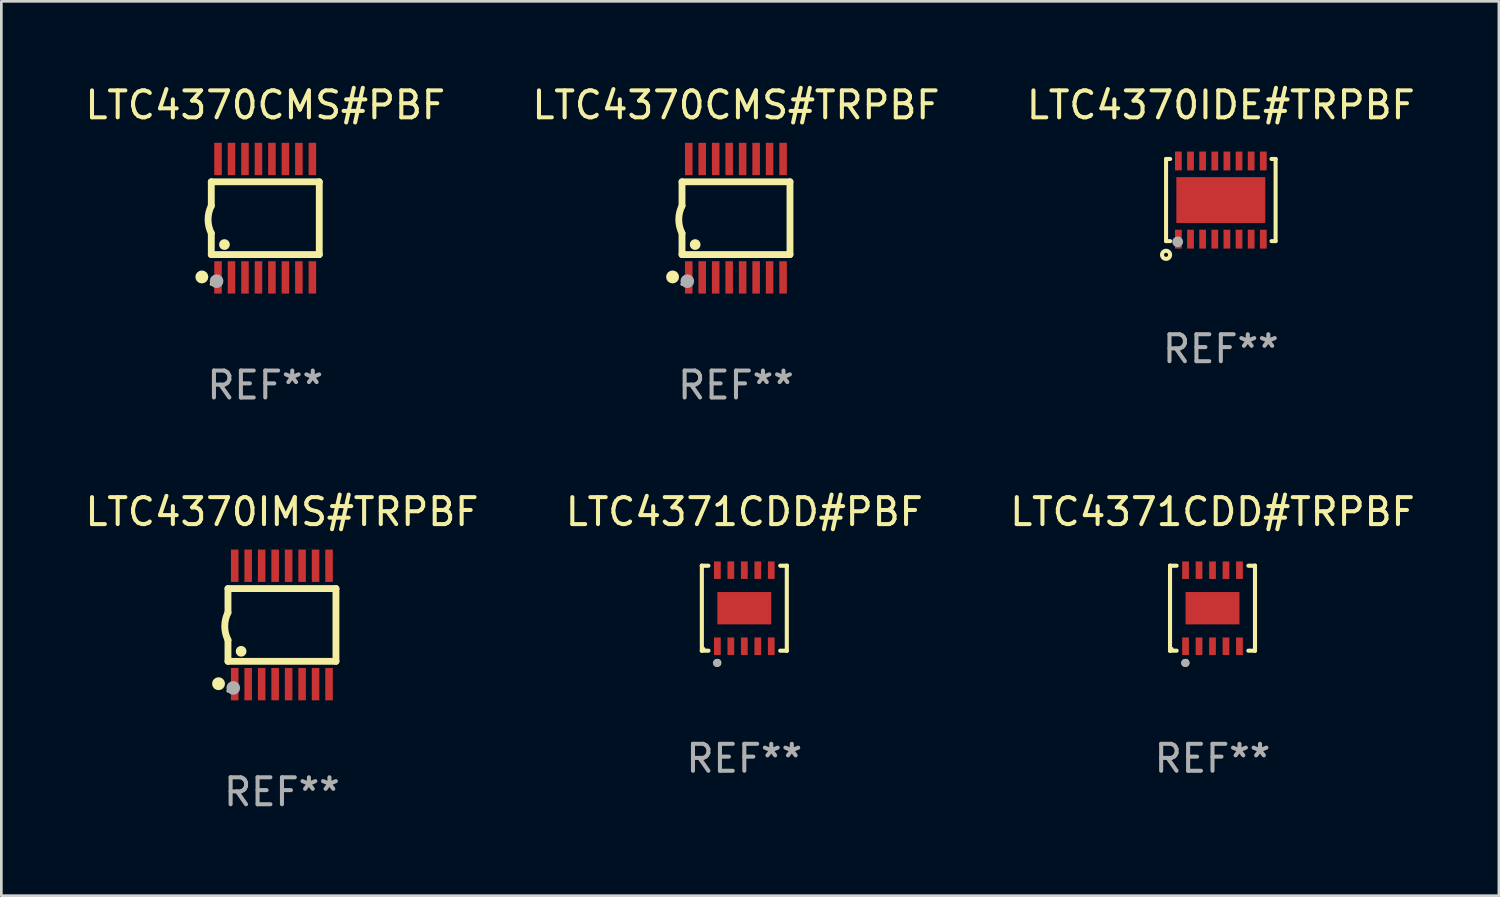
<source format=kicad_pcb>
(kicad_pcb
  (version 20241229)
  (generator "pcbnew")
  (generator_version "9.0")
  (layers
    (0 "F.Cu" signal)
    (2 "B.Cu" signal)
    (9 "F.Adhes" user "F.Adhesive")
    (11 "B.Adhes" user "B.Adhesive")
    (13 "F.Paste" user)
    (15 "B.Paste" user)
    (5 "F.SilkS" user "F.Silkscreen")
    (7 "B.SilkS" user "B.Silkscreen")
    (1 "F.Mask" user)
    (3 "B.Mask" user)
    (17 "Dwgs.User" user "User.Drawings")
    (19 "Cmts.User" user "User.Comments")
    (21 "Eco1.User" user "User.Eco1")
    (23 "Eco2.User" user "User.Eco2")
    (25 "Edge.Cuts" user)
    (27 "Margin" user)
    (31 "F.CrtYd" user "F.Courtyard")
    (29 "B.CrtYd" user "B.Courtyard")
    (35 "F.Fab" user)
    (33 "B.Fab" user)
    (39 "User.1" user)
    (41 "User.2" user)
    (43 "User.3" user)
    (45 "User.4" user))
  (footprint "LTC4371CDD#PBF"
    (layer "F.Cu")
    (at 24.565 19.515)
    (property "Reference" "LTC4371CDD#PBF" (at 0 -3.576 0) (layer "F.SilkS") (effects (font (size 1 1) (thickness 0.15))))
    (attr through_hole)
    (fp_line (start -1.576 -1.576) (end -1.576 -1.576) (stroke (width 0.152) (type solid)) (layer "F.SilkS"))
    (fp_line (start -1.576 -1.576) (end -1.331 -1.576) (stroke (width 0.152) (type solid)) (layer "F.SilkS"))
    (fp_line (start -1.576 1.576) (end -1.576 -1.576) (stroke (width 0.152) (type solid)) (layer "F.SilkS"))
    (fp_line (start -1.576 1.576) (end -1.576 1.576) (stroke (width 0.152) (type solid)) (layer "F.SilkS"))
    (fp_line (start -1.331 1.576) (end -1.576 1.576) (stroke (width 0.152) (type solid)) (layer "F.SilkS"))
    (fp_line (start 1.331 1.576) (end 1.576 1.576) (stroke (width 0.152) (type solid)) (layer "F.SilkS"))
    (fp_line (start 1.576 -1.576) (end 1.331 -1.576) (stroke (width 0.152) (type solid)) (layer "F.SilkS"))
    (fp_line (start 1.576 -1.576) (end 1.576 -1.576) (stroke (width 0.152) (type solid)) (layer "F.SilkS"))
    (fp_line (start 1.576 1.576) (end 1.576 -1.576) (stroke (width 0.152) (type solid)) (layer "F.SilkS"))
    (fp_line (start 1.576 1.576) (end 1.576 1.576) (stroke (width 0.152) (type solid)) (layer "F.SilkS"))
    (fp_circle (center -1.5 1.5) (end -1.47 1.5) (stroke (width 0.06) (type solid)) (fill no) (layer "F.SilkS"))
    (fp_circle (center -1 2.028) (end -0.925 2.028) (stroke (width 0.15) (type solid)) (fill no) (layer "F.SilkS"))
    (fp_circle (center -1.016 2.032) (end -0.941 2.032) (stroke (width 0.15) (type solid)) (fill no) (layer "F.Fab"))
    (fp_text user "REF**" (at 0 5.576 0) (layer "F.Fab") (effects (font (size 1 1) (thickness 0.15))))
    (pad "1" smd rect (at -1 1.411) (size 0.25 0.65) (layers "F.Cu" "F.Mask" "F.Paste"))
    (pad "2" smd rect (at -0.5 1.411) (size 0.25 0.65) (layers "F.Cu" "F.Mask" "F.Paste"))
    (pad "3" smd rect (at 0 1.411) (size 0.25 0.65) (layers "F.Cu" "F.Mask" "F.Paste"))
    (pad "4" smd rect (at 0.5 1.411) (size 0.25 0.65) (layers "F.Cu" "F.Mask" "F.Paste"))
    (pad "5" smd rect (at 1 1.411) (size 0.25 0.65) (layers "F.Cu" "F.Mask" "F.Paste"))
    (pad "6" smd rect (at 1 -1.411) (size 0.25 0.65) (layers "F.Cu" "F.Mask" "F.Paste"))
    (pad "7" smd rect (at 0.5 -1.411) (size 0.25 0.65) (layers "F.Cu" "F.Mask" "F.Paste"))
    (pad "8" smd rect (at 0 -1.411) (size 0.25 0.65) (layers "F.Cu" "F.Mask" "F.Paste"))
    (pad "9" smd rect (at -0.5 -1.411) (size 0.25 0.65) (layers "F.Cu" "F.Mask" "F.Paste"))
    (pad "10" smd rect (at -1 -1.411) (size 0.25 0.65) (layers "F.Cu" "F.Mask" "F.Paste"))
    (pad "11" smd rect (at 0 0) (size 2 1.2) (layers "F.Cu" "F.Mask" "F.Paste")))
  (footprint "LTC4370IMS#TRPBF"
    (layer "F.Cu")
    (at 7.411 20.136)
    (property "Reference" "LTC4370IMS#TRPBF" (at 0 -4.197 0) (layer "F.SilkS") (effects (font (size 1 1) (thickness 0.15))))
    (attr through_hole)
    (fp_line (start -2.003 -1.35) (end -2.003 -0.457) (stroke (width 0.254) (type solid)) (layer "F.SilkS"))
    (fp_line (start -2.003 -1.35) (end 2.003 -1.35) (stroke (width 0.254) (type solid)) (layer "F.SilkS"))
    (fp_line (start -2.003 1.35) (end -2.003 0.559) (stroke (width 0.254) (type solid)) (layer "F.SilkS"))
    (fp_line (start -2.003 1.35) (end 2.003 1.35) (stroke (width 0.254) (type solid)) (layer "F.SilkS"))
    (fp_line (start 2.003 -1.35) (end 2.003 1.35) (stroke (width 0.254) (type solid)) (layer "F.SilkS"))
    (fp_arc (start -2.002286 0.558802) (mid -2.122556 0.05092) (end -2.003302 -0.457201) (stroke (width 0.254001) (type solid)) (layer "F.SilkS"))
    (fp_circle (center -2.353 2.18) (end -2.233 2.18) (stroke (width 0.24) (type solid)) (fill no) (layer "F.SilkS"))
    (fp_circle (center -2.003 2.45) (end -1.973 2.45) (stroke (width 0.06) (type solid)) (fill no) (layer "F.SilkS"))
    (fp_circle (center -1.515 0.978) (end -1.415 0.978) (stroke (width 0.2) (type solid)) (fill no) (layer "F.SilkS"))
    (fp_circle (center -1.807 2.337) (end -1.68 2.337) (stroke (width 0.254) (type solid)) (fill no) (layer "F.Fab"))
    (fp_text user "REF**" (at 0 6.197 0) (layer "F.Fab") (effects (font (size 1 1) (thickness 0.15))))
    (pad "1" smd rect (at -1.753 2.197 90) (size 1.2 0.28) (layers "F.Cu" "F.Mask" "F.Paste"))
    (pad "2" smd rect (at -1.253 2.197 90) (size 1.2 0.28) (layers "F.Cu" "F.Mask" "F.Paste"))
    (pad "3" smd rect (at -0.753 2.197 90) (size 1.2 0.28) (layers "F.Cu" "F.Mask" "F.Paste"))
    (pad "4" smd rect (at -0.253 2.197 90) (size 1.2 0.28) (layers "F.Cu" "F.Mask" "F.Paste"))
    (pad "5" smd rect (at 0.247 2.197 90) (size 1.2 0.28) (layers "F.Cu" "F.Mask" "F.Paste"))
    (pad "6" smd rect (at 0.747 2.197 90) (size 1.2 0.28) (layers "F.Cu" "F.Mask" "F.Paste"))
    (pad "7" smd rect (at 1.247 2.197 90) (size 1.2 0.28) (layers "F.Cu" "F.Mask" "F.Paste"))
    (pad "8" smd rect (at 1.747 2.197 90) (size 1.2 0.28) (layers "F.Cu" "F.Mask" "F.Paste"))
    (pad "9" smd rect (at 1.747 -2.197 90) (size 1.2 0.28) (layers "F.Cu" "F.Mask" "F.Paste"))
    (pad "10" smd rect (at 1.247 -2.197 90) (size 1.2 0.28) (layers "F.Cu" "F.Mask" "F.Paste"))
    (pad "11" smd rect (at 0.747 -2.197 90) (size 1.2 0.28) (layers "F.Cu" "F.Mask" "F.Paste"))
    (pad "12" smd rect (at 0.247 -2.197 90) (size 1.2 0.28) (layers "F.Cu" "F.Mask" "F.Paste"))
    (pad "13" smd rect (at -0.253 -2.197 90) (size 1.2 0.28) (layers "F.Cu" "F.Mask" "F.Paste"))
    (pad "14" smd rect (at -0.753 -2.197 90) (size 1.2 0.28) (layers "F.Cu" "F.Mask" "F.Paste"))
    (pad "15" smd rect (at -1.253 -2.197 90) (size 1.2 0.28) (layers "F.Cu" "F.Mask" "F.Paste"))
    (pad "16" smd rect (at -1.753 -2.197 90) (size 1.2 0.28) (layers "F.Cu" "F.Mask" "F.Paste")))
  (footprint "LTC4370CMS#TRPBF"
    (layer "F.Cu")
    (at 24.256 5.045)
    (property "Reference" "LTC4370CMS#TRPBF" (at 0 -4.197 0) (layer "F.SilkS") (effects (font (size 1 1) (thickness 0.15))))
    (attr through_hole)
    (fp_line (start -2.003 -1.35) (end -2.003 -0.457) (stroke (width 0.254) (type solid)) (layer "F.SilkS"))
    (fp_line (start -2.003 -1.35) (end 2.003 -1.35) (stroke (width 0.254) (type solid)) (layer "F.SilkS"))
    (fp_line (start -2.003 1.35) (end -2.003 0.559) (stroke (width 0.254) (type solid)) (layer "F.SilkS"))
    (fp_line (start -2.003 1.35) (end 2.003 1.35) (stroke (width 0.254) (type solid)) (layer "F.SilkS"))
    (fp_line (start 2.003 -1.35) (end 2.003 1.35) (stroke (width 0.254) (type solid)) (layer "F.SilkS"))
    (fp_arc (start -2.002286 0.558802) (mid -2.122556 0.05092) (end -2.003302 -0.457201) (stroke (width 0.254001) (type solid)) (layer "F.SilkS"))
    (fp_circle (center -2.353 2.18) (end -2.233 2.18) (stroke (width 0.24) (type solid)) (fill no) (layer "F.SilkS"))
    (fp_circle (center -2.003 2.45) (end -1.973 2.45) (stroke (width 0.06) (type solid)) (fill no) (layer "F.SilkS"))
    (fp_circle (center -1.515 0.978) (end -1.415 0.978) (stroke (width 0.2) (type solid)) (fill no) (layer "F.SilkS"))
    (fp_circle (center -1.807 2.337) (end -1.68 2.337) (stroke (width 0.254) (type solid)) (fill no) (layer "F.Fab"))
    (fp_text user "REF**" (at 0 6.197 0) (layer "F.Fab") (effects (font (size 1 1) (thickness 0.15))))
    (pad "1" smd rect (at -1.753 2.197 90) (size 1.2 0.28) (layers "F.Cu" "F.Mask" "F.Paste"))
    (pad "2" smd rect (at -1.253 2.197 90) (size 1.2 0.28) (layers "F.Cu" "F.Mask" "F.Paste"))
    (pad "3" smd rect (at -0.753 2.197 90) (size 1.2 0.28) (layers "F.Cu" "F.Mask" "F.Paste"))
    (pad "4" smd rect (at -0.253 2.197 90) (size 1.2 0.28) (layers "F.Cu" "F.Mask" "F.Paste"))
    (pad "5" smd rect (at 0.247 2.197 90) (size 1.2 0.28) (layers "F.Cu" "F.Mask" "F.Paste"))
    (pad "6" smd rect (at 0.747 2.197 90) (size 1.2 0.28) (layers "F.Cu" "F.Mask" "F.Paste"))
    (pad "7" smd rect (at 1.247 2.197 90) (size 1.2 0.28) (layers "F.Cu" "F.Mask" "F.Paste"))
    (pad "8" smd rect (at 1.747 2.197 90) (size 1.2 0.28) (layers "F.Cu" "F.Mask" "F.Paste"))
    (pad "9" smd rect (at 1.747 -2.197 90) (size 1.2 0.28) (layers "F.Cu" "F.Mask" "F.Paste"))
    (pad "10" smd rect (at 1.247 -2.197 90) (size 1.2 0.28) (layers "F.Cu" "F.Mask" "F.Paste"))
    (pad "11" smd rect (at 0.747 -2.197 90) (size 1.2 0.28) (layers "F.Cu" "F.Mask" "F.Paste"))
    (pad "12" smd rect (at 0.247 -2.197 90) (size 1.2 0.28) (layers "F.Cu" "F.Mask" "F.Paste"))
    (pad "13" smd rect (at -0.253 -2.197 90) (size 1.2 0.28) (layers "F.Cu" "F.Mask" "F.Paste"))
    (pad "14" smd rect (at -0.753 -2.197 90) (size 1.2 0.28) (layers "F.Cu" "F.Mask" "F.Paste"))
    (pad "15" smd rect (at -1.253 -2.197 90) (size 1.2 0.28) (layers "F.Cu" "F.Mask" "F.Paste"))
    (pad "16" smd rect (at -1.753 -2.197 90) (size 1.2 0.28) (layers "F.Cu" "F.Mask" "F.Paste")))
  (footprint "LTC4370CMS#PBF"
    (layer "F.Cu")
    (at 6.792 5.045)
    (property "Reference" "LTC4370CMS#PBF" (at 0 -4.197 0) (layer "F.SilkS") (effects (font (size 1 1) (thickness 0.15))))
    (attr through_hole)
    (fp_line (start -2.003 -1.35) (end -2.003 -0.457) (stroke (width 0.254) (type solid)) (layer "F.SilkS"))
    (fp_line (start -2.003 -1.35) (end 2.003 -1.35) (stroke (width 0.254) (type solid)) (layer "F.SilkS"))
    (fp_line (start -2.003 1.35) (end -2.003 0.559) (stroke (width 0.254) (type solid)) (layer "F.SilkS"))
    (fp_line (start -2.003 1.35) (end 2.003 1.35) (stroke (width 0.254) (type solid)) (layer "F.SilkS"))
    (fp_line (start 2.003 -1.35) (end 2.003 1.35) (stroke (width 0.254) (type solid)) (layer "F.SilkS"))
    (fp_arc (start -2.002286 0.558802) (mid -2.122556 0.05092) (end -2.003302 -0.457201) (stroke (width 0.254001) (type solid)) (layer "F.SilkS"))
    (fp_circle (center -2.353 2.18) (end -2.233 2.18) (stroke (width 0.24) (type solid)) (fill no) (layer "F.SilkS"))
    (fp_circle (center -2.003 2.45) (end -1.973 2.45) (stroke (width 0.06) (type solid)) (fill no) (layer "F.SilkS"))
    (fp_circle (center -1.515 0.978) (end -1.415 0.978) (stroke (width 0.2) (type solid)) (fill no) (layer "F.SilkS"))
    (fp_circle (center -1.807 2.337) (end -1.68 2.337) (stroke (width 0.254) (type solid)) (fill no) (layer "F.Fab"))
    (fp_text user "REF**" (at 0 6.197 0) (layer "F.Fab") (effects (font (size 1 1) (thickness 0.15))))
    (pad "1" smd rect (at -1.753 2.197 90) (size 1.2 0.28) (layers "F.Cu" "F.Mask" "F.Paste"))
    (pad "2" smd rect (at -1.253 2.197 90) (size 1.2 0.28) (layers "F.Cu" "F.Mask" "F.Paste"))
    (pad "3" smd rect (at -0.753 2.197 90) (size 1.2 0.28) (layers "F.Cu" "F.Mask" "F.Paste"))
    (pad "4" smd rect (at -0.253 2.197 90) (size 1.2 0.28) (layers "F.Cu" "F.Mask" "F.Paste"))
    (pad "5" smd rect (at 0.247 2.197 90) (size 1.2 0.28) (layers "F.Cu" "F.Mask" "F.Paste"))
    (pad "6" smd rect (at 0.747 2.197 90) (size 1.2 0.28) (layers "F.Cu" "F.Mask" "F.Paste"))
    (pad "7" smd rect (at 1.247 2.197 90) (size 1.2 0.28) (layers "F.Cu" "F.Mask" "F.Paste"))
    (pad "8" smd rect (at 1.747 2.197 90) (size 1.2 0.28) (layers "F.Cu" "F.Mask" "F.Paste"))
    (pad "9" smd rect (at 1.747 -2.197 90) (size 1.2 0.28) (layers "F.Cu" "F.Mask" "F.Paste"))
    (pad "10" smd rect (at 1.247 -2.197 90) (size 1.2 0.28) (layers "F.Cu" "F.Mask" "F.Paste"))
    (pad "11" smd rect (at 0.747 -2.197 90) (size 1.2 0.28) (layers "F.Cu" "F.Mask" "F.Paste"))
    (pad "12" smd rect (at 0.247 -2.197 90) (size 1.2 0.28) (layers "F.Cu" "F.Mask" "F.Paste"))
    (pad "13" smd rect (at -0.253 -2.197 90) (size 1.2 0.28) (layers "F.Cu" "F.Mask" "F.Paste"))
    (pad "14" smd rect (at -0.753 -2.197 90) (size 1.2 0.28) (layers "F.Cu" "F.Mask" "F.Paste"))
    (pad "15" smd rect (at -1.253 -2.197 90) (size 1.2 0.28) (layers "F.Cu" "F.Mask" "F.Paste"))
    (pad "16" smd rect (at -1.753 -2.197 90) (size 1.2 0.28) (layers "F.Cu" "F.Mask" "F.Paste")))
  (footprint "LTC4371CDD#TRPBF"
    (layer "F.Cu")
    (at 41.935 19.515)
    (property "Reference" "LTC4371CDD#TRPBF" (at 0 -3.576 0) (layer "F.SilkS") (effects (font (size 1 1) (thickness 0.15))))
    (attr through_hole)
    (fp_line (start -1.576 -1.576) (end -1.576 -1.576) (stroke (width 0.152) (type solid)) (layer "F.SilkS"))
    (fp_line (start -1.576 -1.576) (end -1.331 -1.576) (stroke (width 0.152) (type solid)) (layer "F.SilkS"))
    (fp_line (start -1.576 1.576) (end -1.576 -1.576) (stroke (width 0.152) (type solid)) (layer "F.SilkS"))
    (fp_line (start -1.576 1.576) (end -1.576 1.576) (stroke (width 0.152) (type solid)) (layer "F.SilkS"))
    (fp_line (start -1.331 1.576) (end -1.576 1.576) (stroke (width 0.152) (type solid)) (layer "F.SilkS"))
    (fp_line (start 1.331 1.576) (end 1.576 1.576) (stroke (width 0.152) (type solid)) (layer "F.SilkS"))
    (fp_line (start 1.576 -1.576) (end 1.331 -1.576) (stroke (width 0.152) (type solid)) (layer "F.SilkS"))
    (fp_line (start 1.576 -1.576) (end 1.576 -1.576) (stroke (width 0.152) (type solid)) (layer "F.SilkS"))
    (fp_line (start 1.576 1.576) (end 1.576 -1.576) (stroke (width 0.152) (type solid)) (layer "F.SilkS"))
    (fp_line (start 1.576 1.576) (end 1.576 1.576) (stroke (width 0.152) (type solid)) (layer "F.SilkS"))
    (fp_circle (center -1.5 1.5) (end -1.47 1.5) (stroke (width 0.06) (type solid)) (fill no) (layer "F.SilkS"))
    (fp_circle (center -1 2.028) (end -0.925 2.028) (stroke (width 0.15) (type solid)) (fill no) (layer "F.SilkS"))
    (fp_circle (center -1.016 2.032) (end -0.941 2.032) (stroke (width 0.15) (type solid)) (fill no) (layer "F.Fab"))
    (fp_text user "REF**" (at 0 5.576 0) (layer "F.Fab") (effects (font (size 1 1) (thickness 0.15))))
    (pad "1" smd rect (at -1 1.411) (size 0.25 0.65) (layers "F.Cu" "F.Mask" "F.Paste"))
    (pad "2" smd rect (at -0.5 1.411) (size 0.25 0.65) (layers "F.Cu" "F.Mask" "F.Paste"))
    (pad "3" smd rect (at 0 1.411) (size 0.25 0.65) (layers "F.Cu" "F.Mask" "F.Paste"))
    (pad "4" smd rect (at 0.5 1.411) (size 0.25 0.65) (layers "F.Cu" "F.Mask" "F.Paste"))
    (pad "5" smd rect (at 1 1.411) (size 0.25 0.65) (layers "F.Cu" "F.Mask" "F.Paste"))
    (pad "6" smd rect (at 1 -1.411) (size 0.25 0.65) (layers "F.Cu" "F.Mask" "F.Paste"))
    (pad "7" smd rect (at 0.5 -1.411) (size 0.25 0.65) (layers "F.Cu" "F.Mask" "F.Paste"))
    (pad "8" smd rect (at 0 -1.411) (size 0.25 0.65) (layers "F.Cu" "F.Mask" "F.Paste"))
    (pad "9" smd rect (at -0.5 -1.411) (size 0.25 0.65) (layers "F.Cu" "F.Mask" "F.Paste"))
    (pad "10" smd rect (at -1 -1.411) (size 0.25 0.65) (layers "F.Cu" "F.Mask" "F.Paste"))
    (pad "11" smd rect (at 0 0) (size 2 1.2) (layers "F.Cu" "F.Mask" "F.Paste")))
  (footprint "LTC4370IDE#TRPBF"
    (layer "F.Cu")
    (at 42.244 4.372)
    (property "Reference" "LTC4370IDE#TRPBF" (at 0 -3.524 0) (layer "F.SilkS") (effects (font (size 1 1) (thickness 0.15))))
    (attr through_hole)
    (fp_line (start -2.032 -1.524) (end -1.879 -1.524) (stroke (width 0.15) (type solid)) (layer "F.SilkS"))
    (fp_line (start -2.032 0) (end -2.032 -1.524) (stroke (width 0.15) (type solid)) (layer "F.SilkS"))
    (fp_line (start -2.032 1.524) (end -2.032 0) (stroke (width 0.15) (type solid)) (layer "F.SilkS"))
    (fp_line (start -1.879 1.524) (end -2.032 1.524) (stroke (width 0.15) (type solid)) (layer "F.SilkS"))
    (fp_line (start 1.879 -1.524) (end 2.032 -1.524) (stroke (width 0.15) (type solid)) (layer "F.SilkS"))
    (fp_line (start 2.032 -1.524) (end 2.032 1.524) (stroke (width 0.15) (type solid)) (layer "F.SilkS"))
    (fp_line (start 2.032 1.524) (end 1.879 1.524) (stroke (width 0.15) (type solid)) (layer "F.SilkS"))
    (fp_circle (center -2.032 2.032) (end -1.882 2.032) (stroke (width 0.15) (type solid)) (fill no) (layer "F.SilkS"))
    (fp_circle (center -2 1.5) (end -1.97 1.5) (stroke (width 0.06) (type solid)) (fill no) (layer "F.SilkS"))
    (fp_circle (center -1.6 1.55) (end -1.5 1.55) (stroke (width 0.2) (type solid)) (fill no) (layer "F.Fab"))
    (fp_text user "REF**" (at 0 5.524 0) (layer "F.Fab") (effects (font (size 1 1) (thickness 0.15))))
    (pad "1" smd rect (at -1.575 1.45 90) (size 0.7 0.25) (layers "F.Cu" "F.Mask" "F.Paste"))
    (pad "2" smd rect (at -1.125 1.45 90) (size 0.7 0.25) (layers "F.Cu" "F.Mask" "F.Paste"))
    (pad "3" smd rect (at -0.675 1.45 90) (size 0.7 0.25) (layers "F.Cu" "F.Mask" "F.Paste"))
    (pad "4" smd rect (at -0.225 1.45 90) (size 0.7 0.25) (layers "F.Cu" "F.Mask" "F.Paste"))
    (pad "5" smd rect (at 0.225 1.45 90) (size 0.7 0.25) (layers "F.Cu" "F.Mask" "F.Paste"))
    (pad "6" smd rect (at 0.675 1.45 90) (size 0.7 0.25) (layers "F.Cu" "F.Mask" "F.Paste"))
    (pad "7" smd rect (at 1.125 1.45 90) (size 0.7 0.25) (layers "F.Cu" "F.Mask" "F.Paste"))
    (pad "8" smd rect (at 1.575 1.45 90) (size 0.7 0.25) (layers "F.Cu" "F.Mask" "F.Paste"))
    (pad "9" smd rect (at 1.575 -1.45 90) (size 0.7 0.25) (layers "F.Cu" "F.Mask" "F.Paste"))
    (pad "10" smd rect (at 1.125 -1.45 90) (size 0.7 0.25) (layers "F.Cu" "F.Mask" "F.Paste"))
    (pad "11" smd rect (at 0.675 -1.45 90) (size 0.7 0.25) (layers "F.Cu" "F.Mask" "F.Paste"))
    (pad "12" smd rect (at 0.225 -1.45 90) (size 0.7 0.25) (layers "F.Cu" "F.Mask" "F.Paste"))
    (pad "13" smd rect (at -0.225 -1.45 90) (size 0.7 0.25) (layers "F.Cu" "F.Mask" "F.Paste"))
    (pad "14" smd rect (at -0.675 -1.45 90) (size 0.7 0.25) (layers "F.Cu" "F.Mask" "F.Paste"))
    (pad "15" smd rect (at -1.125 -1.45 90) (size 0.7 0.25) (layers "F.Cu" "F.Mask" "F.Paste"))
    (pad "16" smd rect (at -1.575 -1.45 90) (size 0.7 0.25) (layers "F.Cu" "F.Mask" "F.Paste"))
    (pad "17" smd rect (at 0.000127 0 90) (size 1.7 3.3) (layers "F.Cu" "F.Mask" "F.Paste")))
  (gr_rect
    (start -3 -3)
    (end 52.56 30.181)
    (stroke (width 0.1) (type default))
    (fill no)
    (layer "Edge.Cuts")))
</source>
